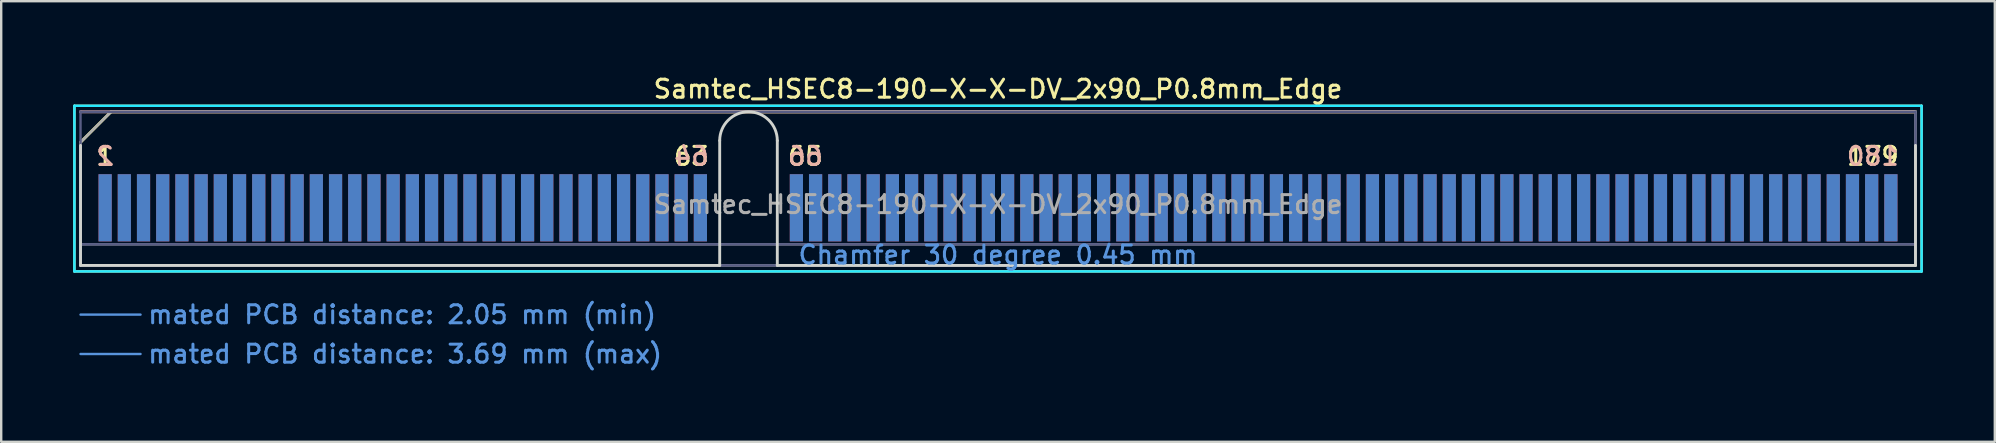
<source format=kicad_pcb>
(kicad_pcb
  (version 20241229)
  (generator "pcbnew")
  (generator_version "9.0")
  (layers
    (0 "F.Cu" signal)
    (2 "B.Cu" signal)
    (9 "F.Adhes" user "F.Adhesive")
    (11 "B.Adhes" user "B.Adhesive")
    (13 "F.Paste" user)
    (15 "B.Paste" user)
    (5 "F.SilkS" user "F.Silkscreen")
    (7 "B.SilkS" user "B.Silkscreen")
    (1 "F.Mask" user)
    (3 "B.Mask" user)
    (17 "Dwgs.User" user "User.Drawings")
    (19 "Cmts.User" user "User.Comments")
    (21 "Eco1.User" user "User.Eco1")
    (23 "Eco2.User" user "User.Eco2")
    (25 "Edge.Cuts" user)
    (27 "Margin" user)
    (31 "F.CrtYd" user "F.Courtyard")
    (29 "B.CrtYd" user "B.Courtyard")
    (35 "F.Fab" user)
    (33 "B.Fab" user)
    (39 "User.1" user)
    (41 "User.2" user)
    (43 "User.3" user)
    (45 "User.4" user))
  (footprint "Samtec_HSEC8-190-X-X-DV_2x90_P0.8mm_Edge"
    (layer "F.Cu")
    (at 38.53 8.008)
    (property "Reference" "Samtec_HSEC8-190-X-X-DV_2x90_P0.8mm_Edge" (at 0 -7.35 0) (layer "F.SilkS") (effects (font (size 0.75 0.75) (thickness 0.125))))
    (attr exclude_from_pos_files exclude_from_bom)
    (fp_line (start -38.48 -6.65) (end -38.48 0.25) (stroke (width 0.1) (type solid)) (layer "F.SilkS"))
    (fp_line (start -38.48 0.25) (end 38.48 0.25) (stroke (width 0.1) (type solid)) (layer "F.SilkS"))
    (fp_line (start -38.225 -5.13) (end -36.955 -6.4) (stroke (width 0.12) (type solid)) (layer "F.SilkS"))
    (fp_line (start -36.955 -6.4) (end 38.225 -6.4) (stroke (width 0.12) (type solid)) (layer "F.SilkS"))
    (fp_line (start 38.48 -6.65) (end -38.48 -6.65) (stroke (width 0.1) (type solid)) (layer "F.SilkS"))
    (fp_line (start 38.48 0.25) (end 38.48 -6.65) (stroke (width 0.1) (type solid)) (layer "F.SilkS"))
    (fp_line (start -38.225 -6.4) (end -38.225 -6.4) (stroke (width 0.12) (type solid)) (layer "B.SilkS"))
    (fp_line (start -38.225 -6.4) (end 38.225 -6.4) (stroke (width 0.12) (type solid)) (layer "B.SilkS"))
    (fp_line (start -38.225 2.05) (end -35.725 2.05) (stroke (width 0.1) (type solid)) (layer "Cmts.User"))
    (fp_line (start -38.225 3.69) (end -35.725 3.69) (stroke (width 0.1) (type solid)) (layer "Cmts.User"))
    (fp_line (start -38.225 -5) (end -38.225 0) (stroke (width 0.12) (type solid)) (layer "Edge.Cuts"))
    (fp_line (start -38.225 0) (end -11.595 0) (stroke (width 0.12) (type solid)) (layer "Edge.Cuts"))
    (fp_line (start -11.595 0) (end -11.595 -5.2) (stroke (width 0.12) (type solid)) (layer "Edge.Cuts"))
    (fp_line (start -9.195 -5.2) (end -9.195 0) (stroke (width 0.12) (type solid)) (layer "Edge.Cuts"))
    (fp_line (start -9.195 0) (end 38.225 0) (stroke (width 0.12) (type solid)) (layer "Edge.Cuts"))
    (fp_line (start 38.225 0) (end 38.225 -5) (stroke (width 0.12) (type solid)) (layer "Edge.Cuts"))
    (fp_arc (start -11.595 -5.2) (mid -10.395 -6.4) (end -9.195 -5.2) (stroke (width 0.12) (type solid)) (layer "Edge.Cuts"))
    (fp_line (start -38.48 -6.65) (end -38.48 0.25) (stroke (width 0.1) (type solid)) (layer "B.CrtYd"))
    (fp_line (start -38.48 0.25) (end 38.48 0.25) (stroke (width 0.1) (type solid)) (layer "B.CrtYd"))
    (fp_line (start 38.48 -6.65) (end -38.48 -6.65) (stroke (width 0.1) (type solid)) (layer "B.CrtYd"))
    (fp_line (start 38.48 0.25) (end 38.48 -6.65) (stroke (width 0.1) (type solid)) (layer "B.CrtYd"))
    (fp_line (start -38.225 -6.4) (end -38.225 -6.4) (stroke (width 0.1) (type solid)) (layer "B.Fab"))
    (fp_line (start -38.225 -6.4) (end -38.225 0) (stroke (width 0.1) (type solid)) (layer "B.Fab"))
    (fp_line (start -38.225 -6.4) (end 38.225 -6.4) (stroke (width 0.1) (type solid)) (layer "B.Fab"))
    (fp_line (start -38.225 -0.88) (end 38.225 -0.88) (stroke (width 0.1) (type solid)) (layer "B.Fab"))
    (fp_line (start -38.225 0) (end 38.225 0) (stroke (width 0.1) (type solid)) (layer "B.Fab"))
    (fp_line (start 38.225 -6.4) (end 38.225 0) (stroke (width 0.1) (type solid)) (layer "B.Fab"))
    (fp_line (start -38.225 -5.13) (end -38.225 0) (stroke (width 0.1) (type solid)) (layer "F.Fab"))
    (fp_line (start -38.225 -5.13) (end -36.955 -6.4) (stroke (width 0.1) (type solid)) (layer "F.Fab"))
    (fp_line (start -38.225 -0.88) (end 38.225 -0.88) (stroke (width 0.1) (type solid)) (layer "F.Fab"))
    (fp_line (start -38.225 0) (end 38.225 0) (stroke (width 0.1) (type solid)) (layer "F.Fab"))
    (fp_line (start -36.955 -6.4) (end 38.225 -6.4) (stroke (width 0.1) (type solid)) (layer "F.Fab"))
    (fp_line (start 38.225 -6.4) (end 38.225 0) (stroke (width 0.1) (type solid)) (layer "F.Fab"))
    (fp_text user "65" (at -8.025 -4.55 0) (layer "F.SilkS") (effects (font (size 0.75 0.75) (thickness 0.125))))
    (fp_text user "179" (at 36.45 -4.55 0) (layer "F.SilkS") (effects (font (size 0.75 0.75) (thickness 0.125))))
    (fp_text user "63" (at -12.775 -4.55 0) (layer "F.SilkS") (effects (font (size 0.75 0.75) (thickness 0.125))))
    (fp_text user "1" (at -37.2 -4.55 0) (layer "F.SilkS") (effects (font (size 0.75 0.75) (thickness 0.125))))
    (fp_text user "64" (at -12.775 -4.55 0) (layer "B.SilkS") (effects (font (size 0.75 0.75) (thickness 0.125)) (justify mirror)))
    (fp_text user "180" (at 36.45 -4.55 0) (layer "B.SilkS") (effects (font (size 0.75 0.75) (thickness 0.125)) (justify mirror)))
    (fp_text user "2" (at -37.2 -4.55 0) (layer "B.SilkS") (effects (font (size 0.75 0.75) (thickness 0.125)) (justify mirror)))
    (fp_text user "66" (at -8.025 -4.55 0) (layer "B.SilkS") (effects (font (size 0.75 0.75) (thickness 0.125)) (justify mirror)))
    (fp_text user "Chamfer 30 degree 0.45 mm" (at 0 -0.44 0) (layer "Cmts.User") (effects (font (size 0.75 0.75) (thickness 0.125))))
    (fp_text user "mated PCB distance: 2.05 mm (min)" (at -35.48 2.05 0) (layer "Cmts.User") (effects (font (size 0.75 0.75) (thickness 0.125)) (justify left)))
    (fp_text user "mated PCB distance: 3.69 mm (max)" (at -35.48 3.69 0) (layer "Cmts.User") (effects (font (size 0.75 0.75) (thickness 0.125)) (justify left)))
    (fp_text user "${REFERENCE}" (at 0 -2.54 0) (layer "F.Fab") (effects (font (size 0.75 0.75) (thickness 0.125))))
    (pad "1" connect rect (at -37.2 -2.4) (size 0.55 2.8) (layers "F.Cu" "F.Mask"))
    (pad "2" connect rect (at -37.2 -2.4) (size 0.55 2.8) (layers "B.Cu" "B.Mask"))
    (pad "3" connect rect (at -36.4 -2.4) (size 0.55 2.8) (layers "F.Cu" "F.Mask"))
    (pad "4" connect rect (at -36.4 -2.4) (size 0.55 2.8) (layers "B.Cu" "B.Mask"))
    (pad "5" connect rect (at -35.6 -2.4) (size 0.55 2.8) (layers "F.Cu" "F.Mask"))
    (pad "6" connect rect (at -35.6 -2.4) (size 0.55 2.8) (layers "B.Cu" "B.Mask"))
    (pad "7" connect rect (at -34.8 -2.4) (size 0.55 2.8) (layers "F.Cu" "F.Mask"))
    (pad "8" connect rect (at -34.8 -2.4) (size 0.55 2.8) (layers "B.Cu" "B.Mask"))
    (pad "9" connect rect (at -34 -2.4) (size 0.55 2.8) (layers "F.Cu" "F.Mask"))
    (pad "10" connect rect (at -34 -2.4) (size 0.55 2.8) (layers "B.Cu" "B.Mask"))
    (pad "11" connect rect (at -33.2 -2.4) (size 0.55 2.8) (layers "F.Cu" "F.Mask"))
    (pad "12" connect rect (at -33.2 -2.4) (size 0.55 2.8) (layers "B.Cu" "B.Mask"))
    (pad "13" connect rect (at -32.4 -2.4) (size 0.55 2.8) (layers "F.Cu" "F.Mask"))
    (pad "14" connect rect (at -32.4 -2.4) (size 0.55 2.8) (layers "B.Cu" "B.Mask"))
    (pad "15" connect rect (at -31.6 -2.4) (size 0.55 2.8) (layers "F.Cu" "F.Mask"))
    (pad "16" connect rect (at -31.6 -2.4) (size 0.55 2.8) (layers "B.Cu" "B.Mask"))
    (pad "17" connect rect (at -30.8 -2.4) (size 0.55 2.8) (layers "F.Cu" "F.Mask"))
    (pad "18" connect rect (at -30.8 -2.4) (size 0.55 2.8) (layers "B.Cu" "B.Mask"))
    (pad "19" connect rect (at -30 -2.4) (size 0.55 2.8) (layers "F.Cu" "F.Mask"))
    (pad "20" connect rect (at -30 -2.4) (size 0.55 2.8) (layers "B.Cu" "B.Mask"))
    (pad "21" connect rect (at -29.2 -2.4) (size 0.55 2.8) (layers "F.Cu" "F.Mask"))
    (pad "22" connect rect (at -29.2 -2.4) (size 0.55 2.8) (layers "B.Cu" "B.Mask"))
    (pad "23" connect rect (at -28.4 -2.4) (size 0.55 2.8) (layers "F.Cu" "F.Mask"))
    (pad "24" connect rect (at -28.4 -2.4) (size 0.55 2.8) (layers "B.Cu" "B.Mask"))
    (pad "25" connect rect (at -27.6 -2.4) (size 0.55 2.8) (layers "F.Cu" "F.Mask"))
    (pad "26" connect rect (at -27.6 -2.4) (size 0.55 2.8) (layers "B.Cu" "B.Mask"))
    (pad "27" connect rect (at -26.8 -2.4) (size 0.55 2.8) (layers "F.Cu" "F.Mask"))
    (pad "28" connect rect (at -26.8 -2.4) (size 0.55 2.8) (layers "B.Cu" "B.Mask"))
    (pad "29" connect rect (at -26 -2.4) (size 0.55 2.8) (layers "F.Cu" "F.Mask"))
    (pad "30" connect rect (at -26 -2.4) (size 0.55 2.8) (layers "B.Cu" "B.Mask"))
    (pad "31" connect rect (at -25.2 -2.4) (size 0.55 2.8) (layers "F.Cu" "F.Mask"))
    (pad "32" connect rect (at -25.2 -2.4) (size 0.55 2.8) (layers "B.Cu" "B.Mask"))
    (pad "33" connect rect (at -24.4 -2.4) (size 0.55 2.8) (layers "F.Cu" "F.Mask"))
    (pad "34" connect rect (at -24.4 -2.4) (size 0.55 2.8) (layers "B.Cu" "B.Mask"))
    (pad "35" connect rect (at -23.6 -2.4) (size 0.55 2.8) (layers "F.Cu" "F.Mask"))
    (pad "36" connect rect (at -23.6 -2.4) (size 0.55 2.8) (layers "B.Cu" "B.Mask"))
    (pad "37" connect rect (at -22.8 -2.4) (size 0.55 2.8) (layers "F.Cu" "F.Mask"))
    (pad "38" connect rect (at -22.8 -2.4) (size 0.55 2.8) (layers "B.Cu" "B.Mask"))
    (pad "39" connect rect (at -22 -2.4) (size 0.55 2.8) (layers "F.Cu" "F.Mask"))
    (pad "40" connect rect (at -22 -2.4) (size 0.55 2.8) (layers "B.Cu" "B.Mask"))
    (pad "41" connect rect (at -21.2 -2.4) (size 0.55 2.8) (layers "F.Cu" "F.Mask"))
    (pad "42" connect rect (at -21.2 -2.4) (size 0.55 2.8) (layers "B.Cu" "B.Mask"))
    (pad "43" connect rect (at -20.4 -2.4) (size 0.55 2.8) (layers "F.Cu" "F.Mask"))
    (pad "44" connect rect (at -20.4 -2.4) (size 0.55 2.8) (layers "B.Cu" "B.Mask"))
    (pad "45" connect rect (at -19.6 -2.4) (size 0.55 2.8) (layers "F.Cu" "F.Mask"))
    (pad "46" connect rect (at -19.6 -2.4) (size 0.55 2.8) (layers "B.Cu" "B.Mask"))
    (pad "47" connect rect (at -18.8 -2.4) (size 0.55 2.8) (layers "F.Cu" "F.Mask"))
    (pad "48" connect rect (at -18.8 -2.4) (size 0.55 2.8) (layers "B.Cu" "B.Mask"))
    (pad "49" connect rect (at -18 -2.4) (size 0.55 2.8) (layers "F.Cu" "F.Mask"))
    (pad "50" connect rect (at -18 -2.4) (size 0.55 2.8) (layers "B.Cu" "B.Mask"))
    (pad "51" connect rect (at -17.2 -2.4) (size 0.55 2.8) (layers "F.Cu" "F.Mask"))
    (pad "52" connect rect (at -17.2 -2.4) (size 0.55 2.8) (layers "B.Cu" "B.Mask"))
    (pad "53" connect rect (at -16.4 -2.4) (size 0.55 2.8) (layers "F.Cu" "F.Mask"))
    (pad "54" connect rect (at -16.4 -2.4) (size 0.55 2.8) (layers "B.Cu" "B.Mask"))
    (pad "55" connect rect (at -15.6 -2.4) (size 0.55 2.8) (layers "F.Cu" "F.Mask"))
    (pad "56" connect rect (at -15.6 -2.4) (size 0.55 2.8) (layers "B.Cu" "B.Mask"))
    (pad "57" connect rect (at -14.8 -2.4) (size 0.55 2.8) (layers "F.Cu" "F.Mask"))
    (pad "58" connect rect (at -14.8 -2.4) (size 0.55 2.8) (layers "B.Cu" "B.Mask"))
    (pad "59" connect rect (at -14 -2.4) (size 0.55 2.8) (layers "F.Cu" "F.Mask"))
    (pad "60" connect rect (at -14 -2.4) (size 0.55 2.8) (layers "B.Cu" "B.Mask"))
    (pad "61" connect rect (at -13.2 -2.4) (size 0.55 2.8) (layers "F.Cu" "F.Mask"))
    (pad "62" connect rect (at -13.2 -2.4) (size 0.55 2.8) (layers "B.Cu" "B.Mask"))
    (pad "63" connect rect (at -12.4 -2.4) (size 0.55 2.8) (layers "F.Cu" "F.Mask"))
    (pad "64" connect rect (at -12.4 -2.4) (size 0.55 2.8) (layers "B.Cu" "B.Mask"))
    (pad "65" connect rect (at -8.4 -2.4) (size 0.55 2.8) (layers "F.Cu" "F.Mask"))
    (pad "66" connect rect (at -8.4 -2.4) (size 0.55 2.8) (layers "B.Cu" "B.Mask"))
    (pad "67" connect rect (at -7.6 -2.4) (size 0.55 2.8) (layers "F.Cu" "F.Mask"))
    (pad "68" connect rect (at -7.6 -2.4) (size 0.55 2.8) (layers "B.Cu" "B.Mask"))
    (pad "69" connect rect (at -6.8 -2.4) (size 0.55 2.8) (layers "F.Cu" "F.Mask"))
    (pad "70" connect rect (at -6.8 -2.4) (size 0.55 2.8) (layers "B.Cu" "B.Mask"))
    (pad "71" connect rect (at -6 -2.4) (size 0.55 2.8) (layers "F.Cu" "F.Mask"))
    (pad "72" connect rect (at -6 -2.4) (size 0.55 2.8) (layers "B.Cu" "B.Mask"))
    (pad "73" connect rect (at -5.2 -2.4) (size 0.55 2.8) (layers "F.Cu" "F.Mask"))
    (pad "74" connect rect (at -5.2 -2.4) (size 0.55 2.8) (layers "B.Cu" "B.Mask"))
    (pad "75" connect rect (at -4.4 -2.4) (size 0.55 2.8) (layers "F.Cu" "F.Mask"))
    (pad "76" connect rect (at -4.4 -2.4) (size 0.55 2.8) (layers "B.Cu" "B.Mask"))
    (pad "77" connect rect (at -3.6 -2.4) (size 0.55 2.8) (layers "F.Cu" "F.Mask"))
    (pad "78" connect rect (at -3.6 -2.4) (size 0.55 2.8) (layers "B.Cu" "B.Mask"))
    (pad "79" connect rect (at -2.8 -2.4) (size 0.55 2.8) (layers "F.Cu" "F.Mask"))
    (pad "80" connect rect (at -2.8 -2.4) (size 0.55 2.8) (layers "B.Cu" "B.Mask"))
    (pad "81" connect rect (at -2 -2.4) (size 0.55 2.8) (layers "F.Cu" "F.Mask"))
    (pad "82" connect rect (at -2 -2.4) (size 0.55 2.8) (layers "B.Cu" "B.Mask"))
    (pad "83" connect rect (at -1.2 -2.4) (size 0.55 2.8) (layers "F.Cu" "F.Mask"))
    (pad "84" connect rect (at -1.2 -2.4) (size 0.55 2.8) (layers "B.Cu" "B.Mask"))
    (pad "85" connect rect (at -0.4 -2.4) (size 0.55 2.8) (layers "F.Cu" "F.Mask"))
    (pad "86" connect rect (at -0.4 -2.4) (size 0.55 2.8) (layers "B.Cu" "B.Mask"))
    (pad "87" connect rect (at 0.4 -2.4) (size 0.55 2.8) (layers "F.Cu" "F.Mask"))
    (pad "88" connect rect (at 0.4 -2.4) (size 0.55 2.8) (layers "B.Cu" "B.Mask"))
    (pad "89" connect rect (at 1.2 -2.4) (size 0.55 2.8) (layers "F.Cu" "F.Mask"))
    (pad "90" connect rect (at 1.2 -2.4) (size 0.55 2.8) (layers "B.Cu" "B.Mask"))
    (pad "91" connect rect (at 2 -2.4) (size 0.55 2.8) (layers "F.Cu" "F.Mask"))
    (pad "92" connect rect (at 2 -2.4) (size 0.55 2.8) (layers "B.Cu" "B.Mask"))
    (pad "93" connect rect (at 2.8 -2.4) (size 0.55 2.8) (layers "F.Cu" "F.Mask"))
    (pad "94" connect rect (at 2.8 -2.4) (size 0.55 2.8) (layers "B.Cu" "B.Mask"))
    (pad "95" connect rect (at 3.6 -2.4) (size 0.55 2.8) (layers "F.Cu" "F.Mask"))
    (pad "96" connect rect (at 3.6 -2.4) (size 0.55 2.8) (layers "B.Cu" "B.Mask"))
    (pad "97" connect rect (at 4.4 -2.4) (size 0.55 2.8) (layers "F.Cu" "F.Mask"))
    (pad "98" connect rect (at 4.4 -2.4) (size 0.55 2.8) (layers "B.Cu" "B.Mask"))
    (pad "99" connect rect (at 5.2 -2.4) (size 0.55 2.8) (layers "F.Cu" "F.Mask"))
    (pad "100" connect rect (at 5.2 -2.4) (size 0.55 2.8) (layers "B.Cu" "B.Mask"))
    (pad "101" connect rect (at 6 -2.4) (size 0.55 2.8) (layers "F.Cu" "F.Mask"))
    (pad "102" connect rect (at 6 -2.4) (size 0.55 2.8) (layers "B.Cu" "B.Mask"))
    (pad "103" connect rect (at 6.8 -2.4) (size 0.55 2.8) (layers "F.Cu" "F.Mask"))
    (pad "104" connect rect (at 6.8 -2.4) (size 0.55 2.8) (layers "B.Cu" "B.Mask"))
    (pad "105" connect rect (at 7.6 -2.4) (size 0.55 2.8) (layers "F.Cu" "F.Mask"))
    (pad "106" connect rect (at 7.6 -2.4) (size 0.55 2.8) (layers "B.Cu" "B.Mask"))
    (pad "107" connect rect (at 8.4 -2.4) (size 0.55 2.8) (layers "F.Cu" "F.Mask"))
    (pad "108" connect rect (at 8.4 -2.4) (size 0.55 2.8) (layers "B.Cu" "B.Mask"))
    (pad "109" connect rect (at 9.2 -2.4) (size 0.55 2.8) (layers "F.Cu" "F.Mask"))
    (pad "110" connect rect (at 9.2 -2.4) (size 0.55 2.8) (layers "B.Cu" "B.Mask"))
    (pad "111" connect rect (at 10 -2.4) (size 0.55 2.8) (layers "F.Cu" "F.Mask"))
    (pad "112" connect rect (at 10 -2.4) (size 0.55 2.8) (layers "B.Cu" "B.Mask"))
    (pad "113" connect rect (at 10.8 -2.4) (size 0.55 2.8) (layers "F.Cu" "F.Mask"))
    (pad "114" connect rect (at 10.8 -2.4) (size 0.55 2.8) (layers "B.Cu" "B.Mask"))
    (pad "115" connect rect (at 11.6 -2.4) (size 0.55 2.8) (layers "F.Cu" "F.Mask"))
    (pad "116" connect rect (at 11.6 -2.4) (size 0.55 2.8) (layers "B.Cu" "B.Mask"))
    (pad "117" connect rect (at 12.4 -2.4) (size 0.55 2.8) (layers "F.Cu" "F.Mask"))
    (pad "118" connect rect (at 12.4 -2.4) (size 0.55 2.8) (layers "B.Cu" "B.Mask"))
    (pad "119" connect rect (at 13.2 -2.4) (size 0.55 2.8) (layers "F.Cu" "F.Mask"))
    (pad "120" connect rect (at 13.2 -2.4) (size 0.55 2.8) (layers "B.Cu" "B.Mask"))
    (pad "121" connect rect (at 14 -2.4) (size 0.55 2.8) (layers "F.Cu" "F.Mask"))
    (pad "122" connect rect (at 14 -2.4) (size 0.55 2.8) (layers "B.Cu" "B.Mask"))
    (pad "123" connect rect (at 14.8 -2.4) (size 0.55 2.8) (layers "F.Cu" "F.Mask"))
    (pad "124" connect rect (at 14.8 -2.4) (size 0.55 2.8) (layers "B.Cu" "B.Mask"))
    (pad "125" connect rect (at 15.6 -2.4) (size 0.55 2.8) (layers "F.Cu" "F.Mask"))
    (pad "126" connect rect (at 15.6 -2.4) (size 0.55 2.8) (layers "B.Cu" "B.Mask"))
    (pad "127" connect rect (at 16.4 -2.4) (size 0.55 2.8) (layers "F.Cu" "F.Mask"))
    (pad "128" connect rect (at 16.4 -2.4) (size 0.55 2.8) (layers "B.Cu" "B.Mask"))
    (pad "129" connect rect (at 17.2 -2.4) (size 0.55 2.8) (layers "F.Cu" "F.Mask"))
    (pad "130" connect rect (at 17.2 -2.4) (size 0.55 2.8) (layers "B.Cu" "B.Mask"))
    (pad "131" connect rect (at 18 -2.4) (size 0.55 2.8) (layers "F.Cu" "F.Mask"))
    (pad "132" connect rect (at 18 -2.4) (size 0.55 2.8) (layers "B.Cu" "B.Mask"))
    (pad "133" connect rect (at 18.8 -2.4) (size 0.55 2.8) (layers "F.Cu" "F.Mask"))
    (pad "134" connect rect (at 18.8 -2.4) (size 0.55 2.8) (layers "B.Cu" "B.Mask"))
    (pad "135" connect rect (at 19.6 -2.4) (size 0.55 2.8) (layers "F.Cu" "F.Mask"))
    (pad "136" connect rect (at 19.6 -2.4) (size 0.55 2.8) (layers "B.Cu" "B.Mask"))
    (pad "137" connect rect (at 20.4 -2.4) (size 0.55 2.8) (layers "F.Cu" "F.Mask"))
    (pad "138" connect rect (at 20.4 -2.4) (size 0.55 2.8) (layers "B.Cu" "B.Mask"))
    (pad "139" connect rect (at 21.2 -2.4) (size 0.55 2.8) (layers "F.Cu" "F.Mask"))
    (pad "140" connect rect (at 21.2 -2.4) (size 0.55 2.8) (layers "B.Cu" "B.Mask"))
    (pad "141" connect rect (at 22 -2.4) (size 0.55 2.8) (layers "F.Cu" "F.Mask"))
    (pad "142" connect rect (at 22 -2.4) (size 0.55 2.8) (layers "B.Cu" "B.Mask"))
    (pad "143" connect rect (at 22.8 -2.4) (size 0.55 2.8) (layers "F.Cu" "F.Mask"))
    (pad "144" connect rect (at 22.8 -2.4) (size 0.55 2.8) (layers "B.Cu" "B.Mask"))
    (pad "145" connect rect (at 23.6 -2.4) (size 0.55 2.8) (layers "F.Cu" "F.Mask"))
    (pad "146" connect rect (at 23.6 -2.4) (size 0.55 2.8) (layers "B.Cu" "B.Mask"))
    (pad "147" connect rect (at 24.4 -2.4) (size 0.55 2.8) (layers "F.Cu" "F.Mask"))
    (pad "148" connect rect (at 24.4 -2.4) (size 0.55 2.8) (layers "B.Cu" "B.Mask"))
    (pad "149" connect rect (at 25.2 -2.4) (size 0.55 2.8) (layers "F.Cu" "F.Mask"))
    (pad "150" connect rect (at 25.2 -2.4) (size 0.55 2.8) (layers "B.Cu" "B.Mask"))
    (pad "151" connect rect (at 26 -2.4) (size 0.55 2.8) (layers "F.Cu" "F.Mask"))
    (pad "152" connect rect (at 26 -2.4) (size 0.55 2.8) (layers "B.Cu" "B.Mask"))
    (pad "153" connect rect (at 26.8 -2.4) (size 0.55 2.8) (layers "F.Cu" "F.Mask"))
    (pad "154" connect rect (at 26.8 -2.4) (size 0.55 2.8) (layers "B.Cu" "B.Mask"))
    (pad "155" connect rect (at 27.6 -2.4) (size 0.55 2.8) (layers "F.Cu" "F.Mask"))
    (pad "156" connect rect (at 27.6 -2.4) (size 0.55 2.8) (layers "B.Cu" "B.Mask"))
    (pad "157" connect rect (at 28.4 -2.4) (size 0.55 2.8) (layers "F.Cu" "F.Mask"))
    (pad "158" connect rect (at 28.4 -2.4) (size 0.55 2.8) (layers "B.Cu" "B.Mask"))
    (pad "159" connect rect (at 29.2 -2.4) (size 0.55 2.8) (layers "F.Cu" "F.Mask"))
    (pad "160" connect rect (at 29.2 -2.4) (size 0.55 2.8) (layers "B.Cu" "B.Mask"))
    (pad "161" connect rect (at 30 -2.4) (size 0.55 2.8) (layers "F.Cu" "F.Mask"))
    (pad "162" connect rect (at 30 -2.4) (size 0.55 2.8) (layers "B.Cu" "B.Mask"))
    (pad "163" connect rect (at 30.8 -2.4) (size 0.55 2.8) (layers "F.Cu" "F.Mask"))
    (pad "164" connect rect (at 30.8 -2.4) (size 0.55 2.8) (layers "B.Cu" "B.Mask"))
    (pad "165" connect rect (at 31.6 -2.4) (size 0.55 2.8) (layers "F.Cu" "F.Mask"))
    (pad "166" connect rect (at 31.6 -2.4) (size 0.55 2.8) (layers "B.Cu" "B.Mask"))
    (pad "167" connect rect (at 32.4 -2.4) (size 0.55 2.8) (layers "F.Cu" "F.Mask"))
    (pad "168" connect rect (at 32.4 -2.4) (size 0.55 2.8) (layers "B.Cu" "B.Mask"))
    (pad "169" connect rect (at 33.2 -2.4) (size 0.55 2.8) (layers "F.Cu" "F.Mask"))
    (pad "170" connect rect (at 33.2 -2.4) (size 0.55 2.8) (layers "B.Cu" "B.Mask"))
    (pad "171" connect rect (at 34 -2.4) (size 0.55 2.8) (layers "F.Cu" "F.Mask"))
    (pad "172" connect rect (at 34 -2.4) (size 0.55 2.8) (layers "B.Cu" "B.Mask"))
    (pad "173" connect rect (at 34.8 -2.4) (size 0.55 2.8) (layers "F.Cu" "F.Mask"))
    (pad "174" connect rect (at 34.8 -2.4) (size 0.55 2.8) (layers "B.Cu" "B.Mask"))
    (pad "175" connect rect (at 35.6 -2.4) (size 0.55 2.8) (layers "F.Cu" "F.Mask"))
    (pad "176" connect rect (at 35.6 -2.4) (size 0.55 2.8) (layers "B.Cu" "B.Mask"))
    (pad "177" connect rect (at 36.4 -2.4) (size 0.55 2.8) (layers "F.Cu" "F.Mask"))
    (pad "178" connect rect (at 36.4 -2.4) (size 0.55 2.8) (layers "B.Cu" "B.Mask"))
    (pad "179" connect rect (at 37.2 -2.4) (size 0.55 2.8) (layers "F.Cu" "F.Mask"))
    (pad "180" connect rect (at 37.2 -2.4) (size 0.55 2.8) (layers "B.Cu" "B.Mask")))
  (gr_rect
    (start -3 -3)
    (end 80.06 15.356)
    (stroke (width 0.1) (type default))
    (fill no)
    (layer "Edge.Cuts")))
</source>
